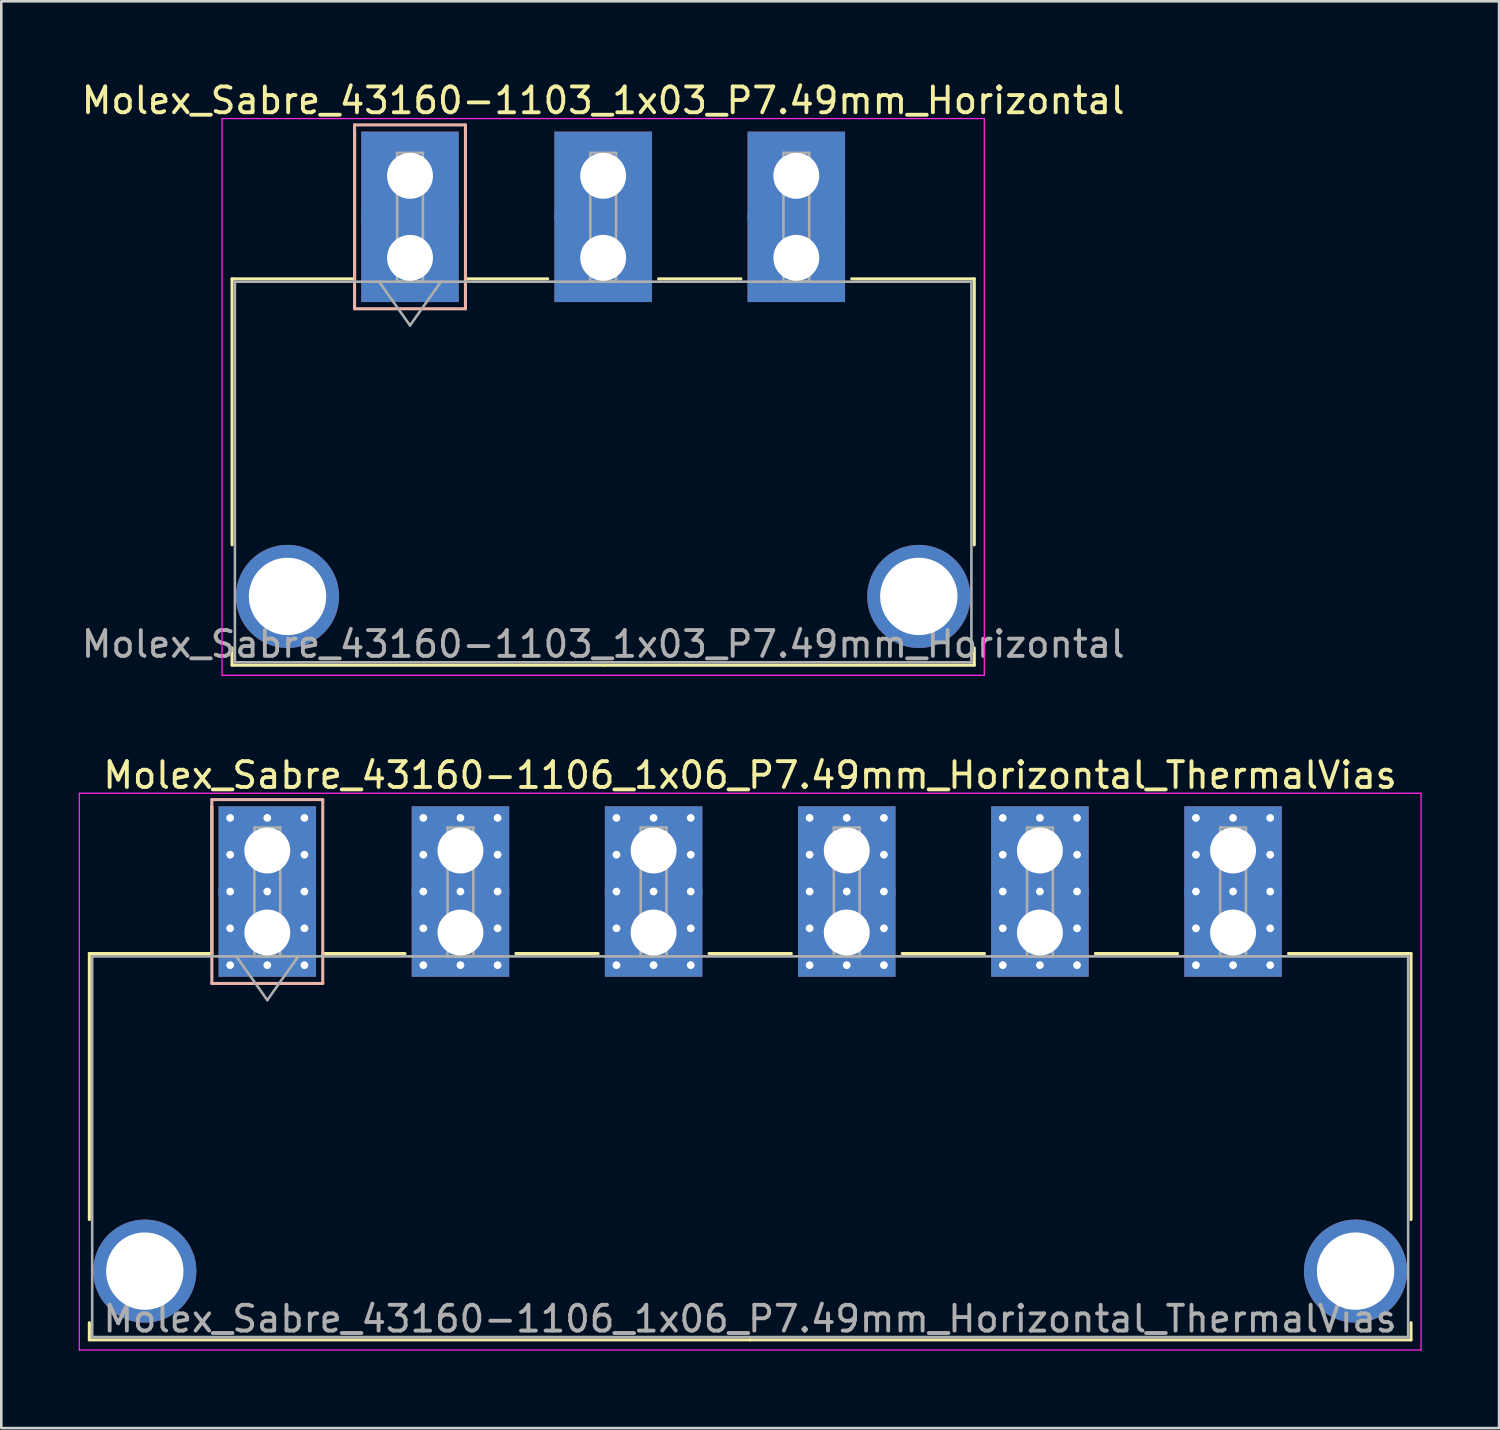
<source format=kicad_pcb>
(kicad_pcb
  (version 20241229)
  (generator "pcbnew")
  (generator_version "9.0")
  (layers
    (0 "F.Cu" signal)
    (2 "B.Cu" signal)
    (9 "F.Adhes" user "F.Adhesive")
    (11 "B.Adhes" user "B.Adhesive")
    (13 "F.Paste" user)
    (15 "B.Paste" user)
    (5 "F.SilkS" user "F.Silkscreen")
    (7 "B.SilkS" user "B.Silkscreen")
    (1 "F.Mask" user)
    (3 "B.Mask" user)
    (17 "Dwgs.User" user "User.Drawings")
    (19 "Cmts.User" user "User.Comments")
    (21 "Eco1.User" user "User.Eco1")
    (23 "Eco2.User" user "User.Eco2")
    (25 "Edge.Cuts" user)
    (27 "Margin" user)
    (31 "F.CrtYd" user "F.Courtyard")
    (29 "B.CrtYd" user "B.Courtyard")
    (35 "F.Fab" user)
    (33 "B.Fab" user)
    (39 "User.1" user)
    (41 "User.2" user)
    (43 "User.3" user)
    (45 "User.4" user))
  (footprint "Molex_Sabre_43160-1103_1x03_P7.49mm_Horizontal"
    (layer "F.Cu")
    (at 12.849 6.948)
    (property "Reference" "Molex_Sabre_43160-1103_1x03_P7.49mm_Horizontal" (at 7.49 -6.1 0) (layer "F.SilkS") (effects (font (size 1 1) (thickness 0.15))))
    (attr through_hole)
    (fp_line (start -6.9 0.815) (end -6.9 11.13) (stroke (width 0.12) (type solid)) (layer "F.SilkS"))
    (fp_line (start -6.9 15.13) (end -6.9 15.795) (stroke (width 0.12) (type solid)) (layer "F.SilkS"))
    (fp_line (start -6.9 15.795) (end 7.49 15.795) (stroke (width 0.12) (type solid)) (layer "F.SilkS"))
    (fp_line (start -2.15 0.815) (end -6.9 0.815) (stroke (width 0.12) (type solid)) (layer "F.SilkS"))
    (fp_line (start -2.15 0.815) (end -2.15 -4.895) (stroke (width 0.12) (type solid)) (layer "F.SilkS"))
    (fp_line (start 2.15 0.815) (end 5.34 0.815) (stroke (width 0.12) (type solid)) (layer "F.SilkS"))
    (fp_line (start 9.64 0.815) (end 12.83 0.815) (stroke (width 0.12) (type solid)) (layer "F.SilkS"))
    (fp_line (start 17.13 0.815) (end 21.88 0.815) (stroke (width 0.12) (type solid)) (layer "F.SilkS"))
    (fp_line (start 21.88 0.815) (end 21.88 11.13) (stroke (width 0.12) (type solid)) (layer "F.SilkS"))
    (fp_line (start 21.88 15.13) (end 21.88 15.795) (stroke (width 0.12) (type solid)) (layer "F.SilkS"))
    (fp_line (start 21.88 15.795) (end 7.49 15.795) (stroke (width 0.12) (type solid)) (layer "F.SilkS"))
    (fp_line (start -2.15 -5.155) (end -2.15 1.975) (stroke (width 0.12) (type solid)) (layer "B.SilkS"))
    (fp_line (start -2.15 1.975) (end 2.15 1.975) (stroke (width 0.12) (type solid)) (layer "B.SilkS"))
    (fp_line (start 2.15 -5.155) (end -2.15 -5.155) (stroke (width 0.12) (type solid)) (layer "B.SilkS"))
    (fp_line (start 2.15 1.975) (end 2.15 -5.155) (stroke (width 0.12) (type solid)) (layer "B.SilkS"))
    (fp_line (start -7.29 -5.4) (end -7.29 16.19) (stroke (width 0.05) (type solid)) (layer "F.CrtYd"))
    (fp_line (start -7.29 16.19) (end 22.27 16.19) (stroke (width 0.05) (type solid)) (layer "F.CrtYd"))
    (fp_line (start 22.27 -5.4) (end -7.29 -5.4) (stroke (width 0.05) (type solid)) (layer "F.CrtYd"))
    (fp_line (start 22.27 16.19) (end 22.27 -5.4) (stroke (width 0.05) (type solid)) (layer "F.CrtYd"))
    (fp_line (start -6.79 0.925) (end -6.79 15.685) (stroke (width 0.1) (type solid)) (layer "F.Fab"))
    (fp_line (start -6.79 15.685) (end 21.77 15.685) (stroke (width 0.1) (type solid)) (layer "F.Fab"))
    (fp_line (start -1.2 0.925) (end 0 2.622) (stroke (width 0.1) (type solid)) (layer "F.Fab"))
    (fp_line (start -0.5 -4.07) (end 0.5 -4.07) (stroke (width 0.1) (type solid)) (layer "F.Fab"))
    (fp_line (start -0.5 0.925) (end -0.5 -4.07) (stroke (width 0.1) (type solid)) (layer "F.Fab"))
    (fp_line (start 0 2.622) (end 1.2 0.925) (stroke (width 0.1) (type solid)) (layer "F.Fab"))
    (fp_line (start 0.5 -4.07) (end 0.5 0.925) (stroke (width 0.1) (type solid)) (layer "F.Fab"))
    (fp_line (start 0.5 0.925) (end -0.5 0.925) (stroke (width 0.1) (type solid)) (layer "F.Fab"))
    (fp_line (start 6.99 -4.07) (end 7.99 -4.07) (stroke (width 0.1) (type solid)) (layer "F.Fab"))
    (fp_line (start 6.99 0.925) (end 6.99 -4.07) (stroke (width 0.1) (type solid)) (layer "F.Fab"))
    (fp_line (start 7.99 -4.07) (end 7.99 0.925) (stroke (width 0.1) (type solid)) (layer "F.Fab"))
    (fp_line (start 7.99 0.925) (end 6.99 0.925) (stroke (width 0.1) (type solid)) (layer "F.Fab"))
    (fp_line (start 14.48 -4.07) (end 15.48 -4.07) (stroke (width 0.1) (type solid)) (layer "F.Fab"))
    (fp_line (start 14.48 0.925) (end 14.48 -4.07) (stroke (width 0.1) (type solid)) (layer "F.Fab"))
    (fp_line (start 15.48 -4.07) (end 15.48 0.925) (stroke (width 0.1) (type solid)) (layer "F.Fab"))
    (fp_line (start 15.48 0.925) (end 14.48 0.925) (stroke (width 0.1) (type solid)) (layer "F.Fab"))
    (fp_line (start 21.77 0.925) (end -6.79 0.925) (stroke (width 0.1) (type solid)) (layer "F.Fab"))
    (fp_line (start 21.77 15.685) (end 21.77 0.925) (stroke (width 0.1) (type solid)) (layer "F.Fab"))
    (fp_text user "${REFERENCE}" (at 7.49 14.98 0) (layer "F.Fab") (effects (font (size 1 1) (thickness 0.15))))
    (pad "" thru_hole circle (at -4.75 13.13) (size 4 4) (drill 3) (layers "*.Cu" "*.Mask"))
    (pad "" thru_hole circle (at 19.73 13.13) (size 4 4) (drill 3) (layers "*.Cu" "*.Mask"))
    (pad "1" thru_hole rect (at 0 -3.18) (size 3.78 3.43) (drill 1.78) (layers "*.Cu" "*.Mask"))
    (pad "1" thru_hole rect (at 0 0) (size 3.78 3.43) (drill 1.78) (layers "*.Cu" "*.Mask"))
    (pad "2" thru_hole rect (at 7.49 -3.18) (size 3.78 3.43) (drill 1.78) (layers "*.Cu" "*.Mask"))
    (pad "2" thru_hole rect (at 7.49 0) (size 3.78 3.43) (drill 1.78) (layers "*.Cu" "*.Mask"))
    (pad "3" thru_hole rect (at 14.98 -3.18) (size 3.78 3.43) (drill 1.78) (layers "*.Cu" "*.Mask"))
    (pad "3" thru_hole rect (at 14.98 0) (size 3.78 3.43) (drill 1.78) (layers "*.Cu" "*.Mask")))
  (footprint "Molex_Sabre_43160-1106_1x06_P7.49mm_Horizontal_ThermalVias"
    (layer "F.Cu")
    (at 7.315 33.111)
    (property "Reference" "Molex_Sabre_43160-1106_1x06_P7.49mm_Horizontal_ThermalVias" (at 18.72 -6.1 0) (layer "F.SilkS") (effects (font (size 1 1) (thickness 0.15))))
    (attr through_hole)
    (fp_line (start -6.9 0.815) (end -6.9 11.13) (stroke (width 0.12) (type solid)) (layer "F.SilkS"))
    (fp_line (start -6.9 15.13) (end -6.9 15.795) (stroke (width 0.12) (type solid)) (layer "F.SilkS"))
    (fp_line (start -6.9 15.795) (end 18.725 15.795) (stroke (width 0.12) (type solid)) (layer "F.SilkS"))
    (fp_line (start -2.15 0.815) (end -6.9 0.815) (stroke (width 0.12) (type solid)) (layer "F.SilkS"))
    (fp_line (start -2.15 0.815) (end -2.15 -4.895) (stroke (width 0.12) (type solid)) (layer "F.SilkS"))
    (fp_line (start 2.15 0.815) (end 5.34 0.815) (stroke (width 0.12) (type solid)) (layer "F.SilkS"))
    (fp_line (start 9.64 0.815) (end 12.83 0.815) (stroke (width 0.12) (type solid)) (layer "F.SilkS"))
    (fp_line (start 17.13 0.815) (end 20.32 0.815) (stroke (width 0.12) (type solid)) (layer "F.SilkS"))
    (fp_line (start 24.62 0.815) (end 27.81 0.815) (stroke (width 0.12) (type solid)) (layer "F.SilkS"))
    (fp_line (start 32.11 0.815) (end 35.3 0.815) (stroke (width 0.12) (type solid)) (layer "F.SilkS"))
    (fp_line (start 39.6 0.815) (end 44.35 0.815) (stroke (width 0.12) (type solid)) (layer "F.SilkS"))
    (fp_line (start 44.35 0.815) (end 44.35 11.13) (stroke (width 0.12) (type solid)) (layer "F.SilkS"))
    (fp_line (start 44.35 15.13) (end 44.35 15.795) (stroke (width 0.12) (type solid)) (layer "F.SilkS"))
    (fp_line (start 44.35 15.795) (end 18.725 15.795) (stroke (width 0.12) (type solid)) (layer "F.SilkS"))
    (fp_line (start -2.15 -5.155) (end -2.15 1.975) (stroke (width 0.12) (type solid)) (layer "B.SilkS"))
    (fp_line (start -2.15 1.975) (end 2.15 1.975) (stroke (width 0.12) (type solid)) (layer "B.SilkS"))
    (fp_line (start 2.15 -5.155) (end -2.15 -5.155) (stroke (width 0.12) (type solid)) (layer "B.SilkS"))
    (fp_line (start 2.15 1.975) (end 2.15 -5.155) (stroke (width 0.12) (type solid)) (layer "B.SilkS"))
    (fp_line (start -7.29 -5.4) (end -7.29 16.19) (stroke (width 0.05) (type solid)) (layer "F.CrtYd"))
    (fp_line (start -7.29 16.19) (end 44.74 16.19) (stroke (width 0.05) (type solid)) (layer "F.CrtYd"))
    (fp_line (start 44.74 -5.4) (end -7.29 -5.4) (stroke (width 0.05) (type solid)) (layer "F.CrtYd"))
    (fp_line (start 44.74 16.19) (end 44.74 -5.4) (stroke (width 0.05) (type solid)) (layer "F.CrtYd"))
    (fp_line (start -6.79 0.925) (end -6.79 15.685) (stroke (width 0.1) (type solid)) (layer "F.Fab"))
    (fp_line (start -6.79 15.685) (end 44.24 15.685) (stroke (width 0.1) (type solid)) (layer "F.Fab"))
    (fp_line (start -1.2 0.925) (end 0 2.622) (stroke (width 0.1) (type solid)) (layer "F.Fab"))
    (fp_line (start -0.5 -4.07) (end 0.5 -4.07) (stroke (width 0.1) (type solid)) (layer "F.Fab"))
    (fp_line (start -0.5 0.925) (end -0.5 -4.07) (stroke (width 0.1) (type solid)) (layer "F.Fab"))
    (fp_line (start 0 2.622) (end 1.2 0.925) (stroke (width 0.1) (type solid)) (layer "F.Fab"))
    (fp_line (start 0.5 -4.07) (end 0.5 0.925) (stroke (width 0.1) (type solid)) (layer "F.Fab"))
    (fp_line (start 0.5 0.925) (end -0.5 0.925) (stroke (width 0.1) (type solid)) (layer "F.Fab"))
    (fp_line (start 6.99 -4.07) (end 7.99 -4.07) (stroke (width 0.1) (type solid)) (layer "F.Fab"))
    (fp_line (start 6.99 0.925) (end 6.99 -4.07) (stroke (width 0.1) (type solid)) (layer "F.Fab"))
    (fp_line (start 7.99 -4.07) (end 7.99 0.925) (stroke (width 0.1) (type solid)) (layer "F.Fab"))
    (fp_line (start 7.99 0.925) (end 6.99 0.925) (stroke (width 0.1) (type solid)) (layer "F.Fab"))
    (fp_line (start 14.48 -4.07) (end 15.48 -4.07) (stroke (width 0.1) (type solid)) (layer "F.Fab"))
    (fp_line (start 14.48 0.925) (end 14.48 -4.07) (stroke (width 0.1) (type solid)) (layer "F.Fab"))
    (fp_line (start 15.48 -4.07) (end 15.48 0.925) (stroke (width 0.1) (type solid)) (layer "F.Fab"))
    (fp_line (start 15.48 0.925) (end 14.48 0.925) (stroke (width 0.1) (type solid)) (layer "F.Fab"))
    (fp_line (start 21.97 -4.07) (end 22.97 -4.07) (stroke (width 0.1) (type solid)) (layer "F.Fab"))
    (fp_line (start 21.97 0.925) (end 21.97 -4.07) (stroke (width 0.1) (type solid)) (layer "F.Fab"))
    (fp_line (start 22.97 -4.07) (end 22.97 0.925) (stroke (width 0.1) (type solid)) (layer "F.Fab"))
    (fp_line (start 22.97 0.925) (end 21.97 0.925) (stroke (width 0.1) (type solid)) (layer "F.Fab"))
    (fp_line (start 29.46 -4.07) (end 30.46 -4.07) (stroke (width 0.1) (type solid)) (layer "F.Fab"))
    (fp_line (start 29.46 0.925) (end 29.46 -4.07) (stroke (width 0.1) (type solid)) (layer "F.Fab"))
    (fp_line (start 30.46 -4.07) (end 30.46 0.925) (stroke (width 0.1) (type solid)) (layer "F.Fab"))
    (fp_line (start 30.46 0.925) (end 29.46 0.925) (stroke (width 0.1) (type solid)) (layer "F.Fab"))
    (fp_line (start 36.95 -4.07) (end 37.95 -4.07) (stroke (width 0.1) (type solid)) (layer "F.Fab"))
    (fp_line (start 36.95 0.925) (end 36.95 -4.07) (stroke (width 0.1) (type solid)) (layer "F.Fab"))
    (fp_line (start 37.95 -4.07) (end 37.95 0.925) (stroke (width 0.1) (type solid)) (layer "F.Fab"))
    (fp_line (start 37.95 0.925) (end 36.95 0.925) (stroke (width 0.1) (type solid)) (layer "F.Fab"))
    (fp_line (start 44.24 0.925) (end -6.79 0.925) (stroke (width 0.1) (type solid)) (layer "F.Fab"))
    (fp_line (start 44.24 15.685) (end 44.24 0.925) (stroke (width 0.1) (type solid)) (layer "F.Fab"))
    (fp_text user "${REFERENCE}" (at 18.72 14.98 0) (layer "F.Fab") (effects (font (size 1 1) (thickness 0.15))))
    (pad "" thru_hole circle (at -4.75 13.13) (size 4 4) (drill 3) (layers "*.Cu" "*.Mask"))
    (pad "" thru_hole circle (at 42.2 13.13) (size 4 4) (drill 3) (layers "*.Cu" "*.Mask"))
    (pad "1" thru_hole rect (at -1.44 -4.445) (size 0.6 0.6) (drill 0.3) (layers "*.Cu" "*.Mask"))
    (pad "1" thru_hole rect (at -1.44 -3.018) (size 0.6 0.6) (drill 0.3) (layers "*.Cu" "*.Mask"))
    (pad "1" thru_hole rect (at -1.44 -1.59) (size 0.6 0.6) (drill 0.3) (layers "*.Cu" "*.Mask"))
    (pad "1" thru_hole rect (at -1.44 -0.163) (size 0.6 0.6) (drill 0.3) (layers "*.Cu" "*.Mask"))
    (pad "1" thru_hole rect (at -1.44 1.265) (size 0.6 0.6) (drill 0.3) (layers "*.Cu" "*.Mask"))
    (pad "1" thru_hole rect (at 0 -4.445) (size 0.6 0.6) (drill 0.3) (layers "*.Cu" "*.Mask"))
    (pad "1" thru_hole rect (at 0 -3.18) (size 3.78 3.43) (drill 1.78) (layers "*.Cu" "*.Mask"))
    (pad "1" thru_hole rect (at 0 -1.59) (size 0.6 0.6) (drill 0.3) (layers "*.Cu" "*.Mask"))
    (pad "1" thru_hole rect (at 0 0) (size 3.78 3.43) (drill 1.78) (layers "*.Cu" "*.Mask"))
    (pad "1" thru_hole rect (at 0 1.265) (size 0.6 0.6) (drill 0.3) (layers "*.Cu" "*.Mask"))
    (pad "1" thru_hole rect (at 1.44 -4.445) (size 0.6 0.6) (drill 0.3) (layers "*.Cu" "*.Mask"))
    (pad "1" thru_hole rect (at 1.44 -3.018) (size 0.6 0.6) (drill 0.3) (layers "*.Cu" "*.Mask"))
    (pad "1" thru_hole rect (at 1.44 -1.59) (size 0.6 0.6) (drill 0.3) (layers "*.Cu" "*.Mask"))
    (pad "1" thru_hole rect (at 1.44 -0.163) (size 0.6 0.6) (drill 0.3) (layers "*.Cu" "*.Mask"))
    (pad "1" thru_hole rect (at 1.44 1.265) (size 0.6 0.6) (drill 0.3) (layers "*.Cu" "*.Mask"))
    (pad "2" thru_hole circle (at 6.05 -4.445) (size 0.6 0.6) (drill 0.3) (layers "*.Cu" "*.Mask"))
    (pad "2" thru_hole circle (at 6.05 -3.018) (size 0.6 0.6) (drill 0.3) (layers "*.Cu" "*.Mask"))
    (pad "2" thru_hole circle (at 6.05 -1.59) (size 0.6 0.6) (drill 0.3) (layers "*.Cu" "*.Mask"))
    (pad "2" thru_hole circle (at 6.05 -0.163) (size 0.6 0.6) (drill 0.3) (layers "*.Cu" "*.Mask"))
    (pad "2" thru_hole circle (at 6.05 1.265) (size 0.6 0.6) (drill 0.3) (layers "*.Cu" "*.Mask"))
    (pad "2" thru_hole circle (at 7.49 -4.445) (size 0.6 0.6) (drill 0.3) (layers "*.Cu" "*.Mask"))
    (pad "2" thru_hole rect (at 7.49 -3.18) (size 3.78 3.43) (drill 1.78) (layers "*.Cu" "*.Mask"))
    (pad "2" thru_hole circle (at 7.49 -1.59) (size 0.6 0.6) (drill 0.3) (layers "*.Cu" "*.Mask"))
    (pad "2" thru_hole rect (at 7.49 0) (size 3.78 3.43) (drill 1.78) (layers "*.Cu" "*.Mask"))
    (pad "2" thru_hole circle (at 7.49 1.265) (size 0.6 0.6) (drill 0.3) (layers "*.Cu" "*.Mask"))
    (pad "2" thru_hole circle (at 8.93 -4.445) (size 0.6 0.6) (drill 0.3) (layers "*.Cu" "*.Mask"))
    (pad "2" thru_hole circle (at 8.93 -3.018) (size 0.6 0.6) (drill 0.3) (layers "*.Cu" "*.Mask"))
    (pad "2" thru_hole circle (at 8.93 -1.59) (size 0.6 0.6) (drill 0.3) (layers "*.Cu" "*.Mask"))
    (pad "2" thru_hole circle (at 8.93 -0.163) (size 0.6 0.6) (drill 0.3) (layers "*.Cu" "*.Mask"))
    (pad "2" thru_hole circle (at 8.93 1.265) (size 0.6 0.6) (drill 0.3) (layers "*.Cu" "*.Mask"))
    (pad "3" thru_hole circle (at 13.54 -4.445) (size 0.6 0.6) (drill 0.3) (layers "*.Cu" "*.Mask"))
    (pad "3" thru_hole circle (at 13.54 -3.018) (size 0.6 0.6) (drill 0.3) (layers "*.Cu" "*.Mask"))
    (pad "3" thru_hole circle (at 13.54 -1.59) (size 0.6 0.6) (drill 0.3) (layers "*.Cu" "*.Mask"))
    (pad "3" thru_hole circle (at 13.54 -0.163) (size 0.6 0.6) (drill 0.3) (layers "*.Cu" "*.Mask"))
    (pad "3" thru_hole circle (at 13.54 1.265) (size 0.6 0.6) (drill 0.3) (layers "*.Cu" "*.Mask"))
    (pad "3" thru_hole circle (at 14.98 -4.445) (size 0.6 0.6) (drill 0.3) (layers "*.Cu" "*.Mask"))
    (pad "3" thru_hole rect (at 14.98 -3.18) (size 3.78 3.43) (drill 1.78) (layers "*.Cu" "*.Mask"))
    (pad "3" thru_hole circle (at 14.98 -1.59) (size 0.6 0.6) (drill 0.3) (layers "*.Cu" "*.Mask"))
    (pad "3" thru_hole rect (at 14.98 0) (size 3.78 3.43) (drill 1.78) (layers "*.Cu" "*.Mask"))
    (pad "3" thru_hole circle (at 14.98 1.265) (size 0.6 0.6) (drill 0.3) (layers "*.Cu" "*.Mask"))
    (pad "3" thru_hole circle (at 16.42 -4.445) (size 0.6 0.6) (drill 0.3) (layers "*.Cu" "*.Mask"))
    (pad "3" thru_hole circle (at 16.42 -3.018) (size 0.6 0.6) (drill 0.3) (layers "*.Cu" "*.Mask"))
    (pad "3" thru_hole circle (at 16.42 -1.59) (size 0.6 0.6) (drill 0.3) (layers "*.Cu" "*.Mask"))
    (pad "3" thru_hole circle (at 16.42 -0.163) (size 0.6 0.6) (drill 0.3) (layers "*.Cu" "*.Mask"))
    (pad "3" thru_hole circle (at 16.42 1.265) (size 0.6 0.6) (drill 0.3) (layers "*.Cu" "*.Mask"))
    (pad "4" thru_hole circle (at 21.03 -4.445) (size 0.6 0.6) (drill 0.3) (layers "*.Cu" "*.Mask"))
    (pad "4" thru_hole circle (at 21.03 -3.018) (size 0.6 0.6) (drill 0.3) (layers "*.Cu" "*.Mask"))
    (pad "4" thru_hole circle (at 21.03 -1.59) (size 0.6 0.6) (drill 0.3) (layers "*.Cu" "*.Mask"))
    (pad "4" thru_hole circle (at 21.03 -0.163) (size 0.6 0.6) (drill 0.3) (layers "*.Cu" "*.Mask"))
    (pad "4" thru_hole circle (at 21.03 1.265) (size 0.6 0.6) (drill 0.3) (layers "*.Cu" "*.Mask"))
    (pad "4" thru_hole circle (at 22.47 -4.445) (size 0.6 0.6) (drill 0.3) (layers "*.Cu" "*.Mask"))
    (pad "4" thru_hole rect (at 22.47 -3.18) (size 3.78 3.43) (drill 1.78) (layers "*.Cu" "*.Mask"))
    (pad "4" thru_hole circle (at 22.47 -1.59) (size 0.6 0.6) (drill 0.3) (layers "*.Cu" "*.Mask"))
    (pad "4" thru_hole rect (at 22.47 0) (size 3.78 3.43) (drill 1.78) (layers "*.Cu" "*.Mask"))
    (pad "4" thru_hole circle (at 22.47 1.265) (size 0.6 0.6) (drill 0.3) (layers "*.Cu" "*.Mask"))
    (pad "4" thru_hole circle (at 23.91 -4.445) (size 0.6 0.6) (drill 0.3) (layers "*.Cu" "*.Mask"))
    (pad "4" thru_hole circle (at 23.91 -3.018) (size 0.6 0.6) (drill 0.3) (layers "*.Cu" "*.Mask"))
    (pad "4" thru_hole circle (at 23.91 -1.59) (size 0.6 0.6) (drill 0.3) (layers "*.Cu" "*.Mask"))
    (pad "4" thru_hole circle (at 23.91 -0.163) (size 0.6 0.6) (drill 0.3) (layers "*.Cu" "*.Mask"))
    (pad "4" thru_hole circle (at 23.91 1.265) (size 0.6 0.6) (drill 0.3) (layers "*.Cu" "*.Mask"))
    (pad "5" thru_hole circle (at 28.52 -4.445) (size 0.6 0.6) (drill 0.3) (layers "*.Cu" "*.Mask"))
    (pad "5" thru_hole circle (at 28.52 -3.018) (size 0.6 0.6) (drill 0.3) (layers "*.Cu" "*.Mask"))
    (pad "5" thru_hole circle (at 28.52 -1.59) (size 0.6 0.6) (drill 0.3) (layers "*.Cu" "*.Mask"))
    (pad "5" thru_hole circle (at 28.52 -0.163) (size 0.6 0.6) (drill 0.3) (layers "*.Cu" "*.Mask"))
    (pad "5" thru_hole circle (at 28.52 1.265) (size 0.6 0.6) (drill 0.3) (layers "*.Cu" "*.Mask"))
    (pad "5" thru_hole circle (at 29.96 -4.445) (size 0.6 0.6) (drill 0.3) (layers "*.Cu" "*.Mask"))
    (pad "5" thru_hole rect (at 29.96 -3.18) (size 3.78 3.43) (drill 1.78) (layers "*.Cu" "*.Mask"))
    (pad "5" thru_hole circle (at 29.96 -1.59) (size 0.6 0.6) (drill 0.3) (layers "*.Cu" "*.Mask"))
    (pad "5" thru_hole rect (at 29.96 0) (size 3.78 3.43) (drill 1.78) (layers "*.Cu" "*.Mask"))
    (pad "5" thru_hole circle (at 29.96 1.265) (size 0.6 0.6) (drill 0.3) (layers "*.Cu" "*.Mask"))
    (pad "5" thru_hole circle (at 31.4 -4.445) (size 0.6 0.6) (drill 0.3) (layers "*.Cu" "*.Mask"))
    (pad "5" thru_hole circle (at 31.4 -3.018) (size 0.6 0.6) (drill 0.3) (layers "*.Cu" "*.Mask"))
    (pad "5" thru_hole circle (at 31.4 -1.59) (size 0.6 0.6) (drill 0.3) (layers "*.Cu" "*.Mask"))
    (pad "5" thru_hole circle (at 31.4 -0.163) (size 0.6 0.6) (drill 0.3) (layers "*.Cu" "*.Mask"))
    (pad "5" thru_hole circle (at 31.4 1.265) (size 0.6 0.6) (drill 0.3) (layers "*.Cu" "*.Mask"))
    (pad "6" thru_hole circle (at 36.01 -4.445) (size 0.6 0.6) (drill 0.3) (layers "*.Cu" "*.Mask"))
    (pad "6" thru_hole circle (at 36.01 -3.018) (size 0.6 0.6) (drill 0.3) (layers "*.Cu" "*.Mask"))
    (pad "6" thru_hole circle (at 36.01 -1.59) (size 0.6 0.6) (drill 0.3) (layers "*.Cu" "*.Mask"))
    (pad "6" thru_hole circle (at 36.01 -0.163) (size 0.6 0.6) (drill 0.3) (layers "*.Cu" "*.Mask"))
    (pad "6" thru_hole circle (at 36.01 1.265) (size 0.6 0.6) (drill 0.3) (layers "*.Cu" "*.Mask"))
    (pad "6" thru_hole circle (at 37.45 -4.445) (size 0.6 0.6) (drill 0.3) (layers "*.Cu" "*.Mask"))
    (pad "6" thru_hole rect (at 37.45 -3.18) (size 3.78 3.43) (drill 1.78) (layers "*.Cu" "*.Mask"))
    (pad "6" thru_hole circle (at 37.45 -1.59) (size 0.6 0.6) (drill 0.3) (layers "*.Cu" "*.Mask"))
    (pad "6" thru_hole rect (at 37.45 0) (size 3.78 3.43) (drill 1.78) (layers "*.Cu" "*.Mask"))
    (pad "6" thru_hole circle (at 37.45 1.265) (size 0.6 0.6) (drill 0.3) (layers "*.Cu" "*.Mask"))
    (pad "6" thru_hole circle (at 38.89 -4.445) (size 0.6 0.6) (drill 0.3) (layers "*.Cu" "*.Mask"))
    (pad "6" thru_hole circle (at 38.89 -3.018) (size 0.6 0.6) (drill 0.3) (layers "*.Cu" "*.Mask"))
    (pad "6" thru_hole circle (at 38.89 -1.59) (size 0.6 0.6) (drill 0.3) (layers "*.Cu" "*.Mask"))
    (pad "6" thru_hole circle (at 38.89 -0.163) (size 0.6 0.6) (drill 0.3) (layers "*.Cu" "*.Mask"))
    (pad "6" thru_hole circle (at 38.89 1.265) (size 0.6 0.6) (drill 0.3) (layers "*.Cu" "*.Mask")))
  (gr_rect
    (start -3 -3)
    (end 55.08 52.327)
    (stroke (width 0.1) (type default))
    (fill no)
    (layer "Edge.Cuts")))
</source>
